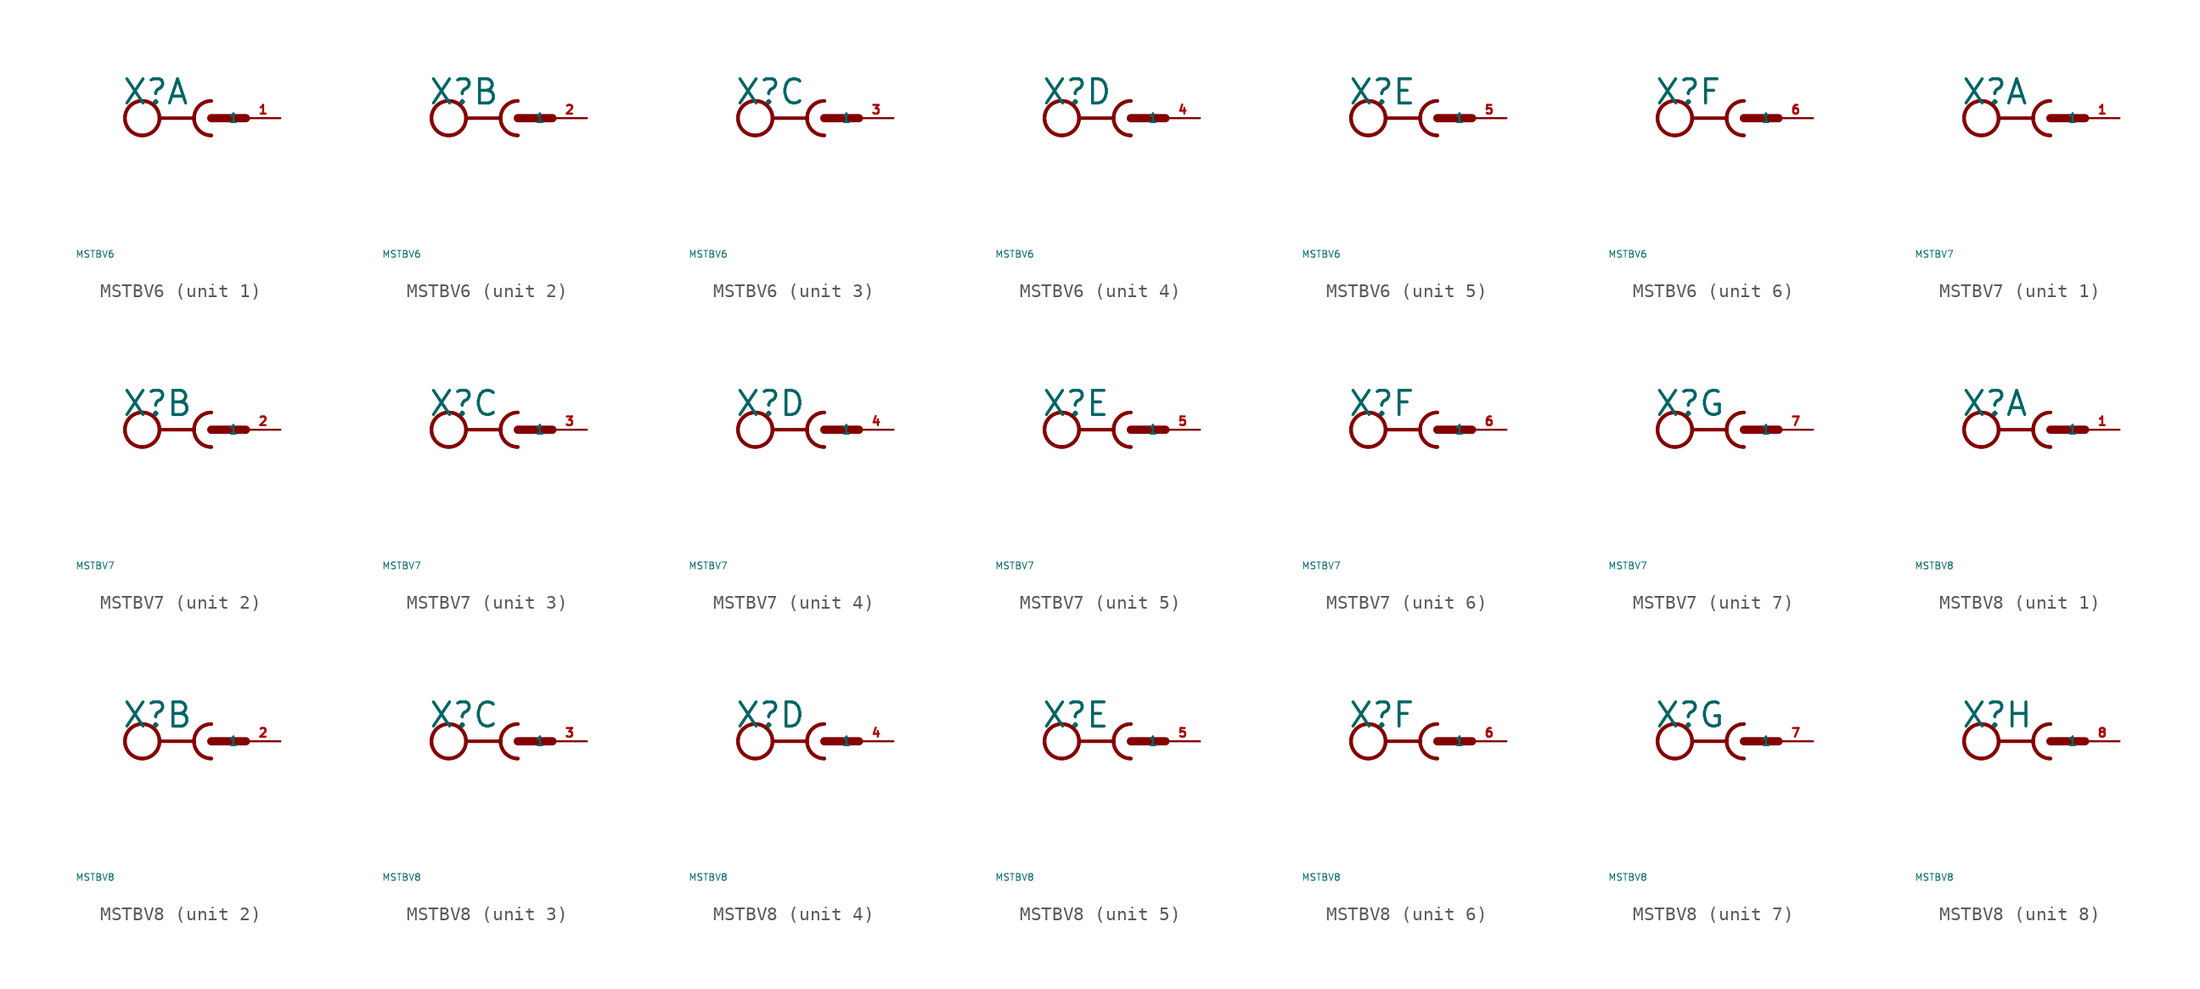
<source format=kicad_sym>
(kicad_symbol_lib
  (version 20220914)
  (generator Eagle2Kicad)
  (symbol "MSTBV6"
    (property "Reference" "X"
      (at -6.604 0.889 0)
      (effects (font (size 1.778 1.778) (thickness 0.22)) (justify left bottom)))
    (property "Value" "MSTBV6"
      (at -10 -10 0)
      (effects (font (size 0.5 0.5) (thickness 0.06)) (justify left)))
    (symbol "MSTBV6_1_0"
      (arc (start -1.27 0) (mid -0.898 -0.898) (end 0 -1.27) (stroke (width 0.254) (type default)) (fill (type none)))
      (arc (start 0 1.27) (mid -0.898 0.898) (end -1.27 0) (stroke (width 0.254) (type default)) (fill (type none)))
      (polyline (pts (xy -3.81 0) (xy -1.27 0)) (stroke (width 0.254) (type default)) (fill (type none)))
      (arc (start 0 1.27) (mid -1.270 0.000) (end 0 -1.27) (stroke (width 0.254) (type default)) (fill (type none)))
      (polyline (pts (xy 0 0) (xy 2.54 0)) (stroke (width 0.61) (type default)) (fill (type none)))
      (circle (center -5.08 0) (radius 1.27) (stroke (width 0.254) (type default)) (fill (type none)))
      (circle (center -5.08 0) (radius 1.27) (stroke (width 0.254) (type default)) (fill (type none)))
      (pin passive line (at 5.08 0 180) (length 2.54) (name "1" (effects (font (size 0.635 0.635) (thickness 0.08)) (justify left bottom))) (number "1" (effects (font (size 0.635 0.635) (thickness 0.08)) (justify left bottom)))))
    (symbol "MSTBV6_2_0"
      (arc (start -1.27 0) (mid -0.898 -0.898) (end 0 -1.27) (stroke (width 0.254) (type default)) (fill (type none)))
      (arc (start 0 1.27) (mid -0.898 0.898) (end -1.27 0) (stroke (width 0.254) (type default)) (fill (type none)))
      (polyline (pts (xy -3.81 0) (xy -1.27 0)) (stroke (width 0.254) (type default)) (fill (type none)))
      (arc (start 0 1.27) (mid -1.270 0.000) (end 0 -1.27) (stroke (width 0.254) (type default)) (fill (type none)))
      (polyline (pts (xy 0 0) (xy 2.54 0)) (stroke (width 0.61) (type default)) (fill (type none)))
      (circle (center -5.08 0) (radius 1.27) (stroke (width 0.254) (type default)) (fill (type none)))
      (circle (center -5.08 0) (radius 1.27) (stroke (width 0.254) (type default)) (fill (type none)))
      (pin passive line (at 5.08 0 180) (length 2.54) (name "1" (effects (font (size 0.635 0.635) (thickness 0.08)) (justify left bottom))) (number "2" (effects (font (size 0.635 0.635) (thickness 0.08)) (justify left bottom)))))
    (symbol "MSTBV6_3_0"
      (arc (start -1.27 0) (mid -0.898 -0.898) (end 0 -1.27) (stroke (width 0.254) (type default)) (fill (type none)))
      (arc (start 0 1.27) (mid -0.898 0.898) (end -1.27 0) (stroke (width 0.254) (type default)) (fill (type none)))
      (polyline (pts (xy -3.81 0) (xy -1.27 0)) (stroke (width 0.254) (type default)) (fill (type none)))
      (arc (start 0 1.27) (mid -1.270 0.000) (end 0 -1.27) (stroke (width 0.254) (type default)) (fill (type none)))
      (polyline (pts (xy 0 0) (xy 2.54 0)) (stroke (width 0.61) (type default)) (fill (type none)))
      (circle (center -5.08 0) (radius 1.27) (stroke (width 0.254) (type default)) (fill (type none)))
      (circle (center -5.08 0) (radius 1.27) (stroke (width 0.254) (type default)) (fill (type none)))
      (pin passive line (at 5.08 0 180) (length 2.54) (name "1" (effects (font (size 0.635 0.635) (thickness 0.08)) (justify left bottom))) (number "3" (effects (font (size 0.635 0.635) (thickness 0.08)) (justify left bottom)))))
    (symbol "MSTBV6_4_0"
      (arc (start -1.27 0) (mid -0.898 -0.898) (end 0 -1.27) (stroke (width 0.254) (type default)) (fill (type none)))
      (arc (start 0 1.27) (mid -0.898 0.898) (end -1.27 0) (stroke (width 0.254) (type default)) (fill (type none)))
      (polyline (pts (xy -3.81 0) (xy -1.27 0)) (stroke (width 0.254) (type default)) (fill (type none)))
      (arc (start 0 1.27) (mid -1.270 0.000) (end 0 -1.27) (stroke (width 0.254) (type default)) (fill (type none)))
      (polyline (pts (xy 0 0) (xy 2.54 0)) (stroke (width 0.61) (type default)) (fill (type none)))
      (circle (center -5.08 0) (radius 1.27) (stroke (width 0.254) (type default)) (fill (type none)))
      (circle (center -5.08 0) (radius 1.27) (stroke (width 0.254) (type default)) (fill (type none)))
      (pin passive line (at 5.08 0 180) (length 2.54) (name "1" (effects (font (size 0.635 0.635) (thickness 0.08)) (justify left bottom))) (number "4" (effects (font (size 0.635 0.635) (thickness 0.08)) (justify left bottom)))))
    (symbol "MSTBV6_5_0"
      (arc (start -1.27 0) (mid -0.898 -0.898) (end 0 -1.27) (stroke (width 0.254) (type default)) (fill (type none)))
      (arc (start 0 1.27) (mid -0.898 0.898) (end -1.27 0) (stroke (width 0.254) (type default)) (fill (type none)))
      (polyline (pts (xy -3.81 0) (xy -1.27 0)) (stroke (width 0.254) (type default)) (fill (type none)))
      (arc (start 0 1.27) (mid -1.270 0.000) (end 0 -1.27) (stroke (width 0.254) (type default)) (fill (type none)))
      (polyline (pts (xy 0 0) (xy 2.54 0)) (stroke (width 0.61) (type default)) (fill (type none)))
      (circle (center -5.08 0) (radius 1.27) (stroke (width 0.254) (type default)) (fill (type none)))
      (circle (center -5.08 0) (radius 1.27) (stroke (width 0.254) (type default)) (fill (type none)))
      (pin passive line (at 5.08 0 180) (length 2.54) (name "1" (effects (font (size 0.635 0.635) (thickness 0.08)) (justify left bottom))) (number "5" (effects (font (size 0.635 0.635) (thickness 0.08)) (justify left bottom)))))
    (symbol "MSTBV6_6_0"
      (arc (start -1.27 0) (mid -0.898 -0.898) (end 0 -1.27) (stroke (width 0.254) (type default)) (fill (type none)))
      (arc (start 0 1.27) (mid -0.898 0.898) (end -1.27 0) (stroke (width 0.254) (type default)) (fill (type none)))
      (polyline (pts (xy -3.81 0) (xy -1.27 0)) (stroke (width 0.254) (type default)) (fill (type none)))
      (arc (start 0 1.27) (mid -1.270 0.000) (end 0 -1.27) (stroke (width 0.254) (type default)) (fill (type none)))
      (polyline (pts (xy 0 0) (xy 2.54 0)) (stroke (width 0.61) (type default)) (fill (type none)))
      (circle (center -5.08 0) (radius 1.27) (stroke (width 0.254) (type default)) (fill (type none)))
      (circle (center -5.08 0) (radius 1.27) (stroke (width 0.254) (type default)) (fill (type none)))
      (pin passive line (at 5.08 0 180) (length 2.54) (name "1" (effects (font (size 0.635 0.635) (thickness 0.08)) (justify left bottom))) (number "6" (effects (font (size 0.635 0.635) (thickness 0.08)) (justify left bottom))))))
  (symbol "MSTBV7"
    (property "Reference" "X"
      (at -6.604 0.889 0)
      (effects (font (size 1.778 1.778) (thickness 0.22)) (justify left bottom)))
    (property "Value" "MSTBV7"
      (at -10 -10 0)
      (effects (font (size 0.5 0.5) (thickness 0.06)) (justify left)))
    (symbol "MSTBV7_1_0"
      (arc (start -1.27 0) (mid -0.898 -0.898) (end 0 -1.27) (stroke (width 0.254) (type default)) (fill (type none)))
      (arc (start 0 1.27) (mid -0.898 0.898) (end -1.27 0) (stroke (width 0.254) (type default)) (fill (type none)))
      (polyline (pts (xy -3.81 0) (xy -1.27 0)) (stroke (width 0.254) (type default)) (fill (type none)))
      (arc (start 0 1.27) (mid -1.270 0.000) (end 0 -1.27) (stroke (width 0.254) (type default)) (fill (type none)))
      (polyline (pts (xy 0 0) (xy 2.54 0)) (stroke (width 0.61) (type default)) (fill (type none)))
      (circle (center -5.08 0) (radius 1.27) (stroke (width 0.254) (type default)) (fill (type none)))
      (circle (center -5.08 0) (radius 1.27) (stroke (width 0.254) (type default)) (fill (type none)))
      (pin passive line (at 5.08 0 180) (length 2.54) (name "1" (effects (font (size 0.635 0.635) (thickness 0.08)) (justify left bottom))) (number "1" (effects (font (size 0.635 0.635) (thickness 0.08)) (justify left bottom)))))
    (symbol "MSTBV7_2_0"
      (arc (start -1.27 0) (mid -0.898 -0.898) (end 0 -1.27) (stroke (width 0.254) (type default)) (fill (type none)))
      (arc (start 0 1.27) (mid -0.898 0.898) (end -1.27 0) (stroke (width 0.254) (type default)) (fill (type none)))
      (polyline (pts (xy -3.81 0) (xy -1.27 0)) (stroke (width 0.254) (type default)) (fill (type none)))
      (arc (start 0 1.27) (mid -1.270 0.000) (end 0 -1.27) (stroke (width 0.254) (type default)) (fill (type none)))
      (polyline (pts (xy 0 0) (xy 2.54 0)) (stroke (width 0.61) (type default)) (fill (type none)))
      (circle (center -5.08 0) (radius 1.27) (stroke (width 0.254) (type default)) (fill (type none)))
      (circle (center -5.08 0) (radius 1.27) (stroke (width 0.254) (type default)) (fill (type none)))
      (pin passive line (at 5.08 0 180) (length 2.54) (name "1" (effects (font (size 0.635 0.635) (thickness 0.08)) (justify left bottom))) (number "2" (effects (font (size 0.635 0.635) (thickness 0.08)) (justify left bottom)))))
    (symbol "MSTBV7_3_0"
      (arc (start -1.27 0) (mid -0.898 -0.898) (end 0 -1.27) (stroke (width 0.254) (type default)) (fill (type none)))
      (arc (start 0 1.27) (mid -0.898 0.898) (end -1.27 0) (stroke (width 0.254) (type default)) (fill (type none)))
      (polyline (pts (xy -3.81 0) (xy -1.27 0)) (stroke (width 0.254) (type default)) (fill (type none)))
      (arc (start 0 1.27) (mid -1.270 0.000) (end 0 -1.27) (stroke (width 0.254) (type default)) (fill (type none)))
      (polyline (pts (xy 0 0) (xy 2.54 0)) (stroke (width 0.61) (type default)) (fill (type none)))
      (circle (center -5.08 0) (radius 1.27) (stroke (width 0.254) (type default)) (fill (type none)))
      (circle (center -5.08 0) (radius 1.27) (stroke (width 0.254) (type default)) (fill (type none)))
      (pin passive line (at 5.08 0 180) (length 2.54) (name "1" (effects (font (size 0.635 0.635) (thickness 0.08)) (justify left bottom))) (number "3" (effects (font (size 0.635 0.635) (thickness 0.08)) (justify left bottom)))))
    (symbol "MSTBV7_4_0"
      (arc (start -1.27 0) (mid -0.898 -0.898) (end 0 -1.27) (stroke (width 0.254) (type default)) (fill (type none)))
      (arc (start 0 1.27) (mid -0.898 0.898) (end -1.27 0) (stroke (width 0.254) (type default)) (fill (type none)))
      (polyline (pts (xy -3.81 0) (xy -1.27 0)) (stroke (width 0.254) (type default)) (fill (type none)))
      (arc (start 0 1.27) (mid -1.270 0.000) (end 0 -1.27) (stroke (width 0.254) (type default)) (fill (type none)))
      (polyline (pts (xy 0 0) (xy 2.54 0)) (stroke (width 0.61) (type default)) (fill (type none)))
      (circle (center -5.08 0) (radius 1.27) (stroke (width 0.254) (type default)) (fill (type none)))
      (circle (center -5.08 0) (radius 1.27) (stroke (width 0.254) (type default)) (fill (type none)))
      (pin passive line (at 5.08 0 180) (length 2.54) (name "1" (effects (font (size 0.635 0.635) (thickness 0.08)) (justify left bottom))) (number "4" (effects (font (size 0.635 0.635) (thickness 0.08)) (justify left bottom)))))
    (symbol "MSTBV7_5_0"
      (arc (start -1.27 0) (mid -0.898 -0.898) (end 0 -1.27) (stroke (width 0.254) (type default)) (fill (type none)))
      (arc (start 0 1.27) (mid -0.898 0.898) (end -1.27 0) (stroke (width 0.254) (type default)) (fill (type none)))
      (polyline (pts (xy -3.81 0) (xy -1.27 0)) (stroke (width 0.254) (type default)) (fill (type none)))
      (arc (start 0 1.27) (mid -1.270 0.000) (end 0 -1.27) (stroke (width 0.254) (type default)) (fill (type none)))
      (polyline (pts (xy 0 0) (xy 2.54 0)) (stroke (width 0.61) (type default)) (fill (type none)))
      (circle (center -5.08 0) (radius 1.27) (stroke (width 0.254) (type default)) (fill (type none)))
      (circle (center -5.08 0) (radius 1.27) (stroke (width 0.254) (type default)) (fill (type none)))
      (pin passive line (at 5.08 0 180) (length 2.54) (name "1" (effects (font (size 0.635 0.635) (thickness 0.08)) (justify left bottom))) (number "5" (effects (font (size 0.635 0.635) (thickness 0.08)) (justify left bottom)))))
    (symbol "MSTBV7_6_0"
      (arc (start -1.27 0) (mid -0.898 -0.898) (end 0 -1.27) (stroke (width 0.254) (type default)) (fill (type none)))
      (arc (start 0 1.27) (mid -0.898 0.898) (end -1.27 0) (stroke (width 0.254) (type default)) (fill (type none)))
      (polyline (pts (xy -3.81 0) (xy -1.27 0)) (stroke (width 0.254) (type default)) (fill (type none)))
      (arc (start 0 1.27) (mid -1.270 0.000) (end 0 -1.27) (stroke (width 0.254) (type default)) (fill (type none)))
      (polyline (pts (xy 0 0) (xy 2.54 0)) (stroke (width 0.61) (type default)) (fill (type none)))
      (circle (center -5.08 0) (radius 1.27) (stroke (width 0.254) (type default)) (fill (type none)))
      (circle (center -5.08 0) (radius 1.27) (stroke (width 0.254) (type default)) (fill (type none)))
      (pin passive line (at 5.08 0 180) (length 2.54) (name "1" (effects (font (size 0.635 0.635) (thickness 0.08)) (justify left bottom))) (number "6" (effects (font (size 0.635 0.635) (thickness 0.08)) (justify left bottom)))))
    (symbol "MSTBV7_7_0"
      (arc (start -1.27 0) (mid -0.898 -0.898) (end 0 -1.27) (stroke (width 0.254) (type default)) (fill (type none)))
      (arc (start 0 1.27) (mid -0.898 0.898) (end -1.27 0) (stroke (width 0.254) (type default)) (fill (type none)))
      (polyline (pts (xy -3.81 0) (xy -1.27 0)) (stroke (width 0.254) (type default)) (fill (type none)))
      (arc (start 0 1.27) (mid -1.270 0.000) (end 0 -1.27) (stroke (width 0.254) (type default)) (fill (type none)))
      (polyline (pts (xy 0 0) (xy 2.54 0)) (stroke (width 0.61) (type default)) (fill (type none)))
      (circle (center -5.08 0) (radius 1.27) (stroke (width 0.254) (type default)) (fill (type none)))
      (circle (center -5.08 0) (radius 1.27) (stroke (width 0.254) (type default)) (fill (type none)))
      (pin passive line (at 5.08 0 180) (length 2.54) (name "1" (effects (font (size 0.635 0.635) (thickness 0.08)) (justify left bottom))) (number "7" (effects (font (size 0.635 0.635) (thickness 0.08)) (justify left bottom))))))
  (symbol "MSTBV8"
    (property "Reference" "X"
      (at -6.604 0.889 0)
      (effects (font (size 1.778 1.778) (thickness 0.22)) (justify left bottom)))
    (property "Value" "MSTBV8"
      (at -10 -10 0)
      (effects (font (size 0.5 0.5) (thickness 0.06)) (justify left)))
    (symbol "MSTBV8_1_0"
      (arc (start -1.27 0) (mid -0.898 -0.898) (end 0 -1.27) (stroke (width 0.254) (type default)) (fill (type none)))
      (arc (start 0 1.27) (mid -0.898 0.898) (end -1.27 0) (stroke (width 0.254) (type default)) (fill (type none)))
      (polyline (pts (xy -3.81 0) (xy -1.27 0)) (stroke (width 0.254) (type default)) (fill (type none)))
      (arc (start 0 1.27) (mid -1.270 0.000) (end 0 -1.27) (stroke (width 0.254) (type default)) (fill (type none)))
      (polyline (pts (xy 0 0) (xy 2.54 0)) (stroke (width 0.61) (type default)) (fill (type none)))
      (circle (center -5.08 0) (radius 1.27) (stroke (width 0.254) (type default)) (fill (type none)))
      (circle (center -5.08 0) (radius 1.27) (stroke (width 0.254) (type default)) (fill (type none)))
      (pin passive line (at 5.08 0 180) (length 2.54) (name "1" (effects (font (size 0.635 0.635) (thickness 0.08)) (justify left bottom))) (number "1" (effects (font (size 0.635 0.635) (thickness 0.08)) (justify left bottom)))))
    (symbol "MSTBV8_2_0"
      (arc (start -1.27 0) (mid -0.898 -0.898) (end 0 -1.27) (stroke (width 0.254) (type default)) (fill (type none)))
      (arc (start 0 1.27) (mid -0.898 0.898) (end -1.27 0) (stroke (width 0.254) (type default)) (fill (type none)))
      (polyline (pts (xy -3.81 0) (xy -1.27 0)) (stroke (width 0.254) (type default)) (fill (type none)))
      (arc (start 0 1.27) (mid -1.270 0.000) (end 0 -1.27) (stroke (width 0.254) (type default)) (fill (type none)))
      (polyline (pts (xy 0 0) (xy 2.54 0)) (stroke (width 0.61) (type default)) (fill (type none)))
      (circle (center -5.08 0) (radius 1.27) (stroke (width 0.254) (type default)) (fill (type none)))
      (circle (center -5.08 0) (radius 1.27) (stroke (width 0.254) (type default)) (fill (type none)))
      (pin passive line (at 5.08 0 180) (length 2.54) (name "1" (effects (font (size 0.635 0.635) (thickness 0.08)) (justify left bottom))) (number "2" (effects (font (size 0.635 0.635) (thickness 0.08)) (justify left bottom)))))
    (symbol "MSTBV8_3_0"
      (arc (start -1.27 0) (mid -0.898 -0.898) (end 0 -1.27) (stroke (width 0.254) (type default)) (fill (type none)))
      (arc (start 0 1.27) (mid -0.898 0.898) (end -1.27 0) (stroke (width 0.254) (type default)) (fill (type none)))
      (polyline (pts (xy -3.81 0) (xy -1.27 0)) (stroke (width 0.254) (type default)) (fill (type none)))
      (arc (start 0 1.27) (mid -1.270 0.000) (end 0 -1.27) (stroke (width 0.254) (type default)) (fill (type none)))
      (polyline (pts (xy 0 0) (xy 2.54 0)) (stroke (width 0.61) (type default)) (fill (type none)))
      (circle (center -5.08 0) (radius 1.27) (stroke (width 0.254) (type default)) (fill (type none)))
      (circle (center -5.08 0) (radius 1.27) (stroke (width 0.254) (type default)) (fill (type none)))
      (pin passive line (at 5.08 0 180) (length 2.54) (name "1" (effects (font (size 0.635 0.635) (thickness 0.08)) (justify left bottom))) (number "3" (effects (font (size 0.635 0.635) (thickness 0.08)) (justify left bottom)))))
    (symbol "MSTBV8_4_0"
      (arc (start -1.27 0) (mid -0.898 -0.898) (end 0 -1.27) (stroke (width 0.254) (type default)) (fill (type none)))
      (arc (start 0 1.27) (mid -0.898 0.898) (end -1.27 0) (stroke (width 0.254) (type default)) (fill (type none)))
      (polyline (pts (xy -3.81 0) (xy -1.27 0)) (stroke (width 0.254) (type default)) (fill (type none)))
      (arc (start 0 1.27) (mid -1.270 0.000) (end 0 -1.27) (stroke (width 0.254) (type default)) (fill (type none)))
      (polyline (pts (xy 0 0) (xy 2.54 0)) (stroke (width 0.61) (type default)) (fill (type none)))
      (circle (center -5.08 0) (radius 1.27) (stroke (width 0.254) (type default)) (fill (type none)))
      (circle (center -5.08 0) (radius 1.27) (stroke (width 0.254) (type default)) (fill (type none)))
      (pin passive line (at 5.08 0 180) (length 2.54) (name "1" (effects (font (size 0.635 0.635) (thickness 0.08)) (justify left bottom))) (number "4" (effects (font (size 0.635 0.635) (thickness 0.08)) (justify left bottom)))))
    (symbol "MSTBV8_5_0"
      (arc (start -1.27 0) (mid -0.898 -0.898) (end 0 -1.27) (stroke (width 0.254) (type default)) (fill (type none)))
      (arc (start 0 1.27) (mid -0.898 0.898) (end -1.27 0) (stroke (width 0.254) (type default)) (fill (type none)))
      (polyline (pts (xy -3.81 0) (xy -1.27 0)) (stroke (width 0.254) (type default)) (fill (type none)))
      (arc (start 0 1.27) (mid -1.270 0.000) (end 0 -1.27) (stroke (width 0.254) (type default)) (fill (type none)))
      (polyline (pts (xy 0 0) (xy 2.54 0)) (stroke (width 0.61) (type default)) (fill (type none)))
      (circle (center -5.08 0) (radius 1.27) (stroke (width 0.254) (type default)) (fill (type none)))
      (circle (center -5.08 0) (radius 1.27) (stroke (width 0.254) (type default)) (fill (type none)))
      (pin passive line (at 5.08 0 180) (length 2.54) (name "1" (effects (font (size 0.635 0.635) (thickness 0.08)) (justify left bottom))) (number "5" (effects (font (size 0.635 0.635) (thickness 0.08)) (justify left bottom)))))
    (symbol "MSTBV8_6_0"
      (arc (start -1.27 0) (mid -0.898 -0.898) (end 0 -1.27) (stroke (width 0.254) (type default)) (fill (type none)))
      (arc (start 0 1.27) (mid -0.898 0.898) (end -1.27 0) (stroke (width 0.254) (type default)) (fill (type none)))
      (polyline (pts (xy -3.81 0) (xy -1.27 0)) (stroke (width 0.254) (type default)) (fill (type none)))
      (arc (start 0 1.27) (mid -1.270 0.000) (end 0 -1.27) (stroke (width 0.254) (type default)) (fill (type none)))
      (polyline (pts (xy 0 0) (xy 2.54 0)) (stroke (width 0.61) (type default)) (fill (type none)))
      (circle (center -5.08 0) (radius 1.27) (stroke (width 0.254) (type default)) (fill (type none)))
      (circle (center -5.08 0) (radius 1.27) (stroke (width 0.254) (type default)) (fill (type none)))
      (pin passive line (at 5.08 0 180) (length 2.54) (name "1" (effects (font (size 0.635 0.635) (thickness 0.08)) (justify left bottom))) (number "6" (effects (font (size 0.635 0.635) (thickness 0.08)) (justify left bottom)))))
    (symbol "MSTBV8_7_0"
      (arc (start -1.27 0) (mid -0.898 -0.898) (end 0 -1.27) (stroke (width 0.254) (type default)) (fill (type none)))
      (arc (start 0 1.27) (mid -0.898 0.898) (end -1.27 0) (stroke (width 0.254) (type default)) (fill (type none)))
      (polyline (pts (xy -3.81 0) (xy -1.27 0)) (stroke (width 0.254) (type default)) (fill (type none)))
      (arc (start 0 1.27) (mid -1.270 0.000) (end 0 -1.27) (stroke (width 0.254) (type default)) (fill (type none)))
      (polyline (pts (xy 0 0) (xy 2.54 0)) (stroke (width 0.61) (type default)) (fill (type none)))
      (circle (center -5.08 0) (radius 1.27) (stroke (width 0.254) (type default)) (fill (type none)))
      (circle (center -5.08 0) (radius 1.27) (stroke (width 0.254) (type default)) (fill (type none)))
      (pin passive line (at 5.08 0 180) (length 2.54) (name "1" (effects (font (size 0.635 0.635) (thickness 0.08)) (justify left bottom))) (number "7" (effects (font (size 0.635 0.635) (thickness 0.08)) (justify left bottom)))))
    (symbol "MSTBV8_8_0"
      (arc (start -1.27 0) (mid -0.898 -0.898) (end 0 -1.27) (stroke (width 0.254) (type default)) (fill (type none)))
      (arc (start 0 1.27) (mid -0.898 0.898) (end -1.27 0) (stroke (width 0.254) (type default)) (fill (type none)))
      (polyline (pts (xy -3.81 0) (xy -1.27 0)) (stroke (width 0.254) (type default)) (fill (type none)))
      (arc (start 0 1.27) (mid -1.270 0.000) (end 0 -1.27) (stroke (width 0.254) (type default)) (fill (type none)))
      (polyline (pts (xy 0 0) (xy 2.54 0)) (stroke (width 0.61) (type default)) (fill (type none)))
      (circle (center -5.08 0) (radius 1.27) (stroke (width 0.254) (type default)) (fill (type none)))
      (circle (center -5.08 0) (radius 1.27) (stroke (width 0.254) (type default)) (fill (type none)))
      (pin passive line (at 5.08 0 180) (length 2.54) (name "1" (effects (font (size 0.635 0.635) (thickness 0.08)) (justify left bottom))) (number "8" (effects (font (size 0.635 0.635) (thickness 0.08)) (justify left bottom)))))))
</source>
